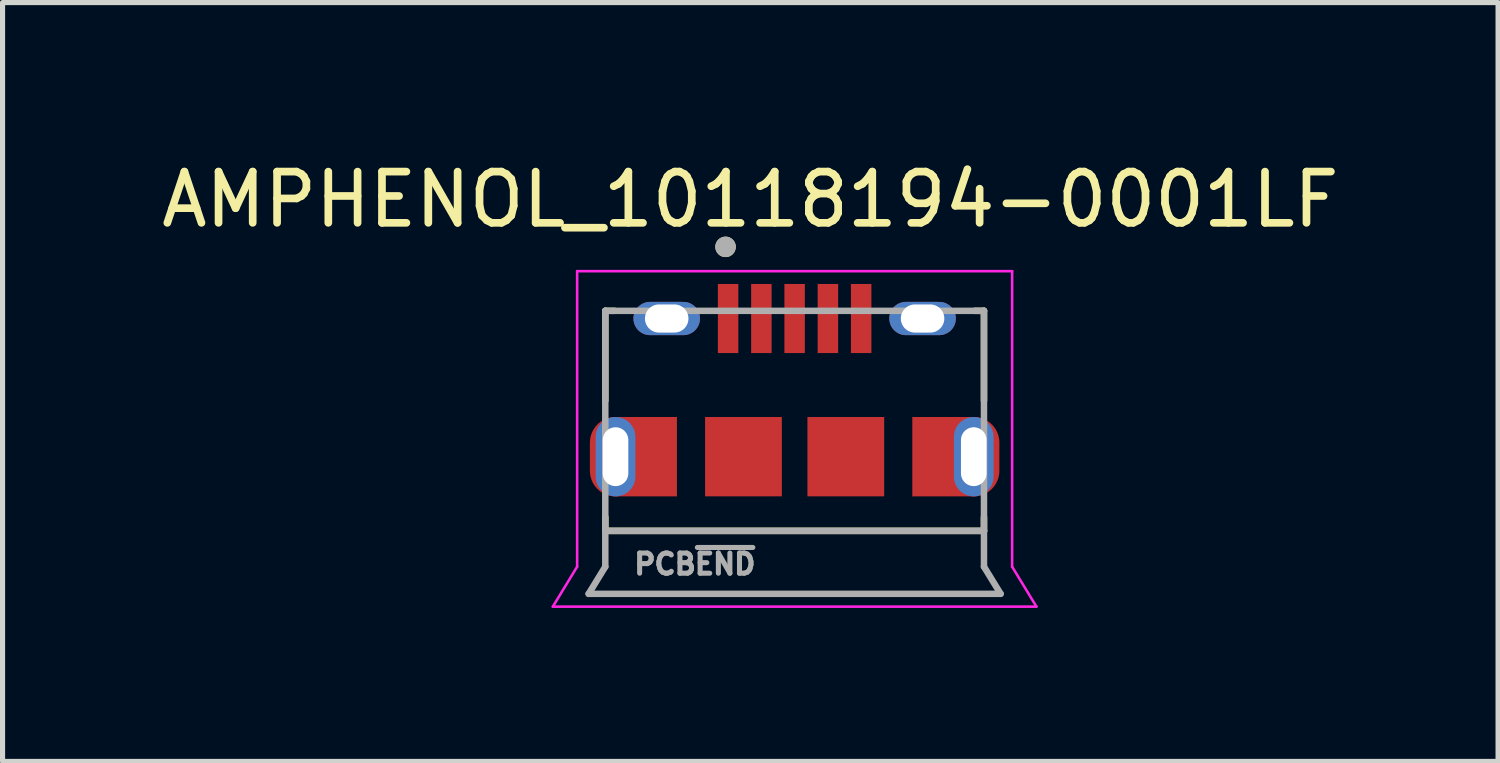
<source format=kicad_pcb>
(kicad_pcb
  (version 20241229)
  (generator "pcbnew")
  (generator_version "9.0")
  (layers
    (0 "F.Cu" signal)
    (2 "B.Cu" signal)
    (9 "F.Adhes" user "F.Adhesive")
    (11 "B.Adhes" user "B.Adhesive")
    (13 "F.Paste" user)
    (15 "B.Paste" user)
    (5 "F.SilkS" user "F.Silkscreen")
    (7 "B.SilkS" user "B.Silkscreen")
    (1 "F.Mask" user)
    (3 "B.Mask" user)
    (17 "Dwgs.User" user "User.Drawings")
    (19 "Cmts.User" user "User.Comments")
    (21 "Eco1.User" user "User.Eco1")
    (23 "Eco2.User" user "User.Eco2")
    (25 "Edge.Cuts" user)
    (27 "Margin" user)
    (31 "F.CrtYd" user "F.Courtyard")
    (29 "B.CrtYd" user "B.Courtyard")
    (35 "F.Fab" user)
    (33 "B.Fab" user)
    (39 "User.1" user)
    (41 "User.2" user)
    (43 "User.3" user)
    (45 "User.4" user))
  (footprint "AMPHENOL_10118194-0001LF"
    (layer "F.Cu")
    (at 12.478 5.874)
    (property "Reference" "AMPHENOL_10118194-0001LF" (at -0.866 -5.025 0) (layer "F.SilkS") (effects (font (size 1.001 1.001) (thickness 0.15))))
    (attr smd)
    (fp_poly (pts (xy -2.3 -0.78) (xy -2.3 0.775) (xy -3.498 0.775) (xy -3.498 0.575) (xy -3.486 0.575) (xy -3.473 0.574) (xy -3.46 0.572) (xy -3.447 0.57) (xy -3.434 0.567) (xy -3.422 0.563) (xy -3.41 0.558) (xy -3.398 0.553) (xy -3.386 0.548) (xy -3.374 0.542) (xy -3.363 0.535) (xy -3.353 0.527) (xy -3.342 0.52) (xy -3.332 0.511) (xy -3.323 0.502) (xy -3.314 0.493) (xy -3.305 0.483) (xy -3.298 0.472) (xy -3.29 0.462) (xy -3.283 0.451) (xy -3.277 0.439) (xy -3.272 0.427) (xy -3.267 0.415) (xy -3.262 0.403) (xy -3.258 0.391) (xy -3.255 0.378) (xy -3.253 0.365) (xy -3.251 0.352) (xy -3.25 0.339) (xy -3.25 0.325) (xy -3.25 0.315) (xy -3.25 -0.315) (xy -3.25 -0.325) (xy -3.25 -0.338) (xy -3.251 -0.351) (xy -3.253 -0.364) (xy -3.255 -0.377) (xy -3.259 -0.39) (xy -3.262 -0.402) (xy -3.267 -0.415) (xy -3.272 -0.427) (xy -3.277 -0.438) (xy -3.283 -0.45) (xy -3.29 -0.461) (xy -3.298 -0.472) (xy -3.306 -0.482) (xy -3.314 -0.492) (xy -3.323 -0.502) (xy -3.333 -0.511) (xy -3.343 -0.519) (xy -3.353 -0.527) (xy -3.364 -0.535) (xy -3.375 -0.542) (xy -3.387 -0.548) (xy -3.398 -0.553) (xy -3.41 -0.558) (xy -3.423 -0.563) (xy -3.435 -0.566) (xy -3.448 -0.57) (xy -3.461 -0.572) (xy -3.474 -0.574) (xy -3.487 -0.575) (xy -3.5 -0.575) (xy -3.513 -0.575) (xy -3.526 -0.574) (xy -3.539 -0.572) (xy -3.552 -0.57) (xy -3.565 -0.566) (xy -3.577 -0.563) (xy -3.59 -0.558) (xy -3.602 -0.553) (xy -3.613 -0.548) (xy -3.625 -0.542) (xy -3.636 -0.535) (xy -3.647 -0.527) (xy -3.657 -0.519) (xy -3.667 -0.511) (xy -3.677 -0.502) (xy -3.686 -0.492) (xy -3.694 -0.482) (xy -3.702 -0.472) (xy -3.71 -0.461) (xy -3.717 -0.45) (xy -3.723 -0.438) (xy -3.728 -0.427) (xy -3.733 -0.415) (xy -3.738 -0.402) (xy -3.741 -0.39) (xy -3.745 -0.377) (xy -3.747 -0.364) (xy -3.749 -0.351) (xy -3.75 -0.338) (xy -3.75 -0.325) (xy -3.75 0.325) (xy -3.75 0.339) (xy -3.749 0.352) (xy -3.747 0.365) (xy -3.745 0.378) (xy -3.742 0.391) (xy -3.738 0.403) (xy -3.733 0.415) (xy -3.728 0.427) (xy -3.723 0.439) (xy -3.717 0.451) (xy -3.71 0.462) (xy -3.702 0.472) (xy -3.695 0.483) (xy -3.686 0.493) (xy -3.677 0.502) (xy -3.668 0.511) (xy -3.658 0.52) (xy -3.647 0.527) (xy -3.637 0.535) (xy -3.626 0.542) (xy -3.614 0.548) (xy -3.602 0.553) (xy -3.59 0.558) (xy -3.578 0.563) (xy -3.566 0.567) (xy -3.553 0.57) (xy -3.54 0.572) (xy -3.527 0.574) (xy -3.514 0.575) (xy -3.502 0.575) (xy -3.502 0.775) (xy -3.527 0.774) (xy -3.553 0.772) (xy -3.579 0.769) (xy -3.605 0.764) (xy -3.63 0.758) (xy -3.655 0.751) (xy -3.68 0.742) (xy -3.704 0.732) (xy -3.728 0.721) (xy -3.751 0.708) (xy -3.773 0.695) (xy -3.794 0.68) (xy -3.815 0.664) (xy -3.835 0.647) (xy -3.854 0.629) (xy -3.872 0.61) (xy -3.889 0.59) (xy -3.905 0.569) (xy -3.92 0.548) (xy -3.933 0.526) (xy -3.946 0.503) (xy -3.957 0.479) (xy -3.967 0.455) (xy -3.976 0.43) (xy -3.983 0.405) (xy -3.989 0.38) (xy -3.994 0.354) (xy -3.997 0.328) (xy -3.999 0.302) (xy -4 0.275) (xy -4 -0.275) (xy -3.999 -0.301) (xy -3.997 -0.327) (xy -3.994 -0.353) (xy -3.989 -0.379) (xy -3.983 -0.404) (xy -3.976 -0.43) (xy -3.967 -0.454) (xy -3.957 -0.478) (xy -3.946 -0.502) (xy -3.933 -0.525) (xy -3.919 -0.547) (xy -3.905 -0.569) (xy -3.889 -0.59) (xy -3.872 -0.61) (xy -3.854 -0.629) (xy -3.835 -0.647) (xy -3.815 -0.664) (xy -3.794 -0.68) (xy -3.772 -0.694) (xy -3.75 -0.708) (xy -3.727 -0.721) (xy -3.703 -0.732) (xy -3.679 -0.742) (xy -3.655 -0.751) (xy -3.629 -0.758) (xy -3.604 -0.764) (xy -3.578 -0.769) (xy -3.552 -0.772) (xy -3.526 -0.774) (xy -3.5 -0.775) (xy -2.305 -0.775) (xy -2.305 -0.78) (xy -2.3 -0.78)) (stroke (width 0.001) (type solid)) (fill yes) (layer "F.Cu"))
    (fp_poly (pts (xy 2.3 0.78) (xy 2.3 -0.775) (xy 3.498 -0.775) (xy 3.498 -0.575) (xy 3.486 -0.575) (xy 3.473 -0.574) (xy 3.46 -0.572) (xy 3.447 -0.57) (xy 3.434 -0.567) (xy 3.422 -0.563) (xy 3.41 -0.558) (xy 3.398 -0.553) (xy 3.386 -0.548) (xy 3.374 -0.542) (xy 3.363 -0.535) (xy 3.353 -0.527) (xy 3.342 -0.52) (xy 3.332 -0.511) (xy 3.323 -0.502) (xy 3.314 -0.493) (xy 3.305 -0.483) (xy 3.298 -0.472) (xy 3.29 -0.462) (xy 3.283 -0.451) (xy 3.277 -0.439) (xy 3.272 -0.427) (xy 3.267 -0.415) (xy 3.262 -0.403) (xy 3.258 -0.391) (xy 3.255 -0.378) (xy 3.253 -0.365) (xy 3.251 -0.352) (xy 3.25 -0.339) (xy 3.25 -0.325) (xy 3.25 -0.315) (xy 3.25 0.315) (xy 3.25 0.325) (xy 3.25 0.338) (xy 3.251 0.351) (xy 3.253 0.364) (xy 3.255 0.377) (xy 3.259 0.39) (xy 3.262 0.402) (xy 3.267 0.415) (xy 3.272 0.427) (xy 3.277 0.438) (xy 3.283 0.45) (xy 3.29 0.461) (xy 3.298 0.472) (xy 3.306 0.482) (xy 3.314 0.492) (xy 3.323 0.502) (xy 3.333 0.511) (xy 3.343 0.519) (xy 3.353 0.527) (xy 3.364 0.535) (xy 3.375 0.542) (xy 3.387 0.548) (xy 3.398 0.553) (xy 3.41 0.558) (xy 3.423 0.563) (xy 3.435 0.566) (xy 3.448 0.57) (xy 3.461 0.572) (xy 3.474 0.574) (xy 3.487 0.575) (xy 3.5 0.575) (xy 3.513 0.575) (xy 3.526 0.574) (xy 3.539 0.572) (xy 3.552 0.57) (xy 3.565 0.566) (xy 3.577 0.563) (xy 3.59 0.558) (xy 3.602 0.553) (xy 3.613 0.548) (xy 3.625 0.542) (xy 3.636 0.535) (xy 3.647 0.527) (xy 3.657 0.519) (xy 3.667 0.511) (xy 3.677 0.502) (xy 3.686 0.492) (xy 3.694 0.482) (xy 3.702 0.472) (xy 3.71 0.461) (xy 3.717 0.45) (xy 3.723 0.438) (xy 3.728 0.427) (xy 3.733 0.415) (xy 3.738 0.402) (xy 3.741 0.39) (xy 3.745 0.377) (xy 3.747 0.364) (xy 3.749 0.351) (xy 3.75 0.338) (xy 3.75 0.325) (xy 3.75 -0.325) (xy 3.75 -0.339) (xy 3.749 -0.352) (xy 3.747 -0.365) (xy 3.745 -0.378) (xy 3.742 -0.391) (xy 3.738 -0.403) (xy 3.733 -0.415) (xy 3.728 -0.427) (xy 3.723 -0.439) (xy 3.717 -0.451) (xy 3.71 -0.462) (xy 3.702 -0.472) (xy 3.695 -0.483) (xy 3.686 -0.493) (xy 3.677 -0.502) (xy 3.668 -0.511) (xy 3.658 -0.52) (xy 3.647 -0.527) (xy 3.637 -0.535) (xy 3.626 -0.542) (xy 3.614 -0.548) (xy 3.602 -0.553) (xy 3.59 -0.558) (xy 3.578 -0.563) (xy 3.566 -0.567) (xy 3.553 -0.57) (xy 3.54 -0.572) (xy 3.527 -0.574) (xy 3.514 -0.575) (xy 3.502 -0.575) (xy 3.502 -0.775) (xy 3.527 -0.774) (xy 3.553 -0.772) (xy 3.579 -0.769) (xy 3.605 -0.764) (xy 3.63 -0.758) (xy 3.655 -0.751) (xy 3.68 -0.742) (xy 3.704 -0.732) (xy 3.728 -0.721) (xy 3.751 -0.708) (xy 3.773 -0.695) (xy 3.794 -0.68) (xy 3.815 -0.664) (xy 3.835 -0.647) (xy 3.854 -0.629) (xy 3.872 -0.61) (xy 3.889 -0.59) (xy 3.905 -0.569) (xy 3.92 -0.548) (xy 3.933 -0.526) (xy 3.946 -0.503) (xy 3.957 -0.479) (xy 3.967 -0.455) (xy 3.976 -0.43) (xy 3.983 -0.405) (xy 3.989 -0.38) (xy 3.994 -0.354) (xy 3.997 -0.328) (xy 3.999 -0.302) (xy 4 -0.275) (xy 4 0.275) (xy 3.999 0.301) (xy 3.997 0.327) (xy 3.994 0.353) (xy 3.989 0.379) (xy 3.983 0.404) (xy 3.976 0.43) (xy 3.967 0.454) (xy 3.957 0.478) (xy 3.946 0.502) (xy 3.933 0.525) (xy 3.919 0.547) (xy 3.905 0.569) (xy 3.889 0.59) (xy 3.872 0.61) (xy 3.854 0.629) (xy 3.835 0.647) (xy 3.815 0.664) (xy 3.794 0.68) (xy 3.772 0.694) (xy 3.75 0.708) (xy 3.727 0.721) (xy 3.703 0.732) (xy 3.679 0.742) (xy 3.655 0.751) (xy 3.629 0.758) (xy 3.604 0.764) (xy 3.578 0.769) (xy 3.552 0.772) (xy 3.526 0.774) (xy 3.5 0.775) (xy 2.305 0.775) (xy 2.305 0.78) (xy 2.3 0.78)) (stroke (width 0.001) (type solid)) (fill yes) (layer "F.Cu"))
    (fp_poly (pts (xy -3.6 -0.875) (xy -2.2 -0.875) (xy -2.2 0.875) (xy -3.6 0.875) (xy -3.626 0.874) (xy -3.652 0.872) (xy -3.678 0.869) (xy -3.704 0.864) (xy -3.729 0.858) (xy -3.755 0.851) (xy -3.779 0.842) (xy -3.803 0.832) (xy -3.827 0.821) (xy -3.85 0.808) (xy -3.872 0.794) (xy -3.894 0.78) (xy -3.915 0.764) (xy -3.935 0.747) (xy -3.954 0.729) (xy -3.972 0.71) (xy -3.989 0.69) (xy -4.005 0.669) (xy -4.019 0.647) (xy -4.033 0.625) (xy -4.046 0.602) (xy -4.057 0.578) (xy -4.067 0.554) (xy -4.076 0.53) (xy -4.083 0.504) (xy -4.089 0.479) (xy -4.094 0.453) (xy -4.097 0.427) (xy -4.099 0.401) (xy -4.1 0.375) (xy -4.1 -0.375) (xy -4.099 -0.401) (xy -4.097 -0.427) (xy -4.094 -0.453) (xy -4.089 -0.479) (xy -4.083 -0.504) (xy -4.076 -0.53) (xy -4.067 -0.554) (xy -4.057 -0.578) (xy -4.046 -0.602) (xy -4.033 -0.625) (xy -4.019 -0.647) (xy -4.005 -0.669) (xy -3.989 -0.69) (xy -3.972 -0.71) (xy -3.954 -0.729) (xy -3.935 -0.747) (xy -3.915 -0.764) (xy -3.894 -0.78) (xy -3.872 -0.794) (xy -3.85 -0.808) (xy -3.827 -0.821) (xy -3.803 -0.832) (xy -3.779 -0.842) (xy -3.755 -0.851) (xy -3.729 -0.858) (xy -3.704 -0.864) (xy -3.678 -0.869) (xy -3.652 -0.872) (xy -3.626 -0.874) (xy -3.6 -0.875)) (stroke (width 0.0001) (type solid)) (fill yes) (layer "F.Mask"))
    (fp_poly (pts (xy 3.6 0.875) (xy 2.2 0.875) (xy 2.2 -0.875) (xy 3.6 -0.875) (xy 3.626 -0.874) (xy 3.652 -0.872) (xy 3.678 -0.869) (xy 3.704 -0.864) (xy 3.729 -0.858) (xy 3.755 -0.851) (xy 3.779 -0.842) (xy 3.803 -0.832) (xy 3.827 -0.821) (xy 3.85 -0.808) (xy 3.872 -0.794) (xy 3.894 -0.78) (xy 3.915 -0.764) (xy 3.935 -0.747) (xy 3.954 -0.729) (xy 3.972 -0.71) (xy 3.989 -0.69) (xy 4.005 -0.669) (xy 4.019 -0.647) (xy 4.033 -0.625) (xy 4.046 -0.602) (xy 4.057 -0.578) (xy 4.067 -0.554) (xy 4.076 -0.53) (xy 4.083 -0.504) (xy 4.089 -0.479) (xy 4.094 -0.453) (xy 4.097 -0.427) (xy 4.099 -0.401) (xy 4.1 -0.375) (xy 4.1 0.375) (xy 4.099 0.401) (xy 4.097 0.427) (xy 4.094 0.453) (xy 4.089 0.479) (xy 4.083 0.504) (xy 4.076 0.53) (xy 4.067 0.554) (xy 4.057 0.578) (xy 4.046 0.602) (xy 4.033 0.625) (xy 4.019 0.647) (xy 4.005 0.669) (xy 3.989 0.69) (xy 3.972 0.71) (xy 3.954 0.729) (xy 3.935 0.747) (xy 3.915 0.764) (xy 3.894 0.78) (xy 3.872 0.794) (xy 3.85 0.808) (xy 3.827 0.821) (xy 3.803 0.832) (xy 3.779 0.842) (xy 3.755 0.851) (xy 3.729 0.858) (xy 3.704 0.864) (xy 3.678 0.869) (xy 3.652 0.872) (xy 3.626 0.874) (xy 3.6 0.875)) (stroke (width 0.0001) (type solid)) (fill yes) (layer "F.Mask"))
    (fp_line (start -3.7 -2.85) (end -3.7 -1.095) (stroke (width 0.127) (type solid)) (layer "F.SilkS"))
    (fp_line (start -3.7 -2.85) (end -3.52 -2.85) (stroke (width 0.127) (type solid)) (layer "F.SilkS"))
    (fp_line (start -3.7 1.45) (end -3.7 1.18) (stroke (width 0.127) (type solid)) (layer "F.SilkS"))
    (fp_line (start -3.7 1.45) (end 3.7 1.45) (stroke (width 0.127) (type solid)) (layer "F.SilkS"))
    (fp_line (start 3.7 -2.85) (end 3.52 -2.85) (stroke (width 0.127) (type solid)) (layer "F.SilkS"))
    (fp_line (start 3.7 -2.85) (end 3.7 -1.095) (stroke (width 0.127) (type solid)) (layer "F.SilkS"))
    (fp_line (start 3.7 1.18) (end 3.7 1.45) (stroke (width 0.127) (type solid)) (layer "F.SilkS"))
    (fp_circle (center -1.35 -4.1) (end -1.25 -4.1) (stroke (width 0.2) (type solid)) (fill no) (layer "F.SilkS"))
    (fp_line (start -3.5 -0.77) (end -3.5 -0.6) (stroke (width 0.0001) (type solid)) (layer "F.Paste"))
    (fp_line (start 3.5 0.77) (end 3.5 0.6) (stroke (width 0.0001) (type solid)) (layer "F.Paste"))
    (fp_poly (pts (xy -3.5 -0.775) (xy -3.5 -0.575) (xy -3.487 -0.575) (xy -3.474 -0.574) (xy -3.461 -0.572) (xy -3.448 -0.57) (xy -3.435 -0.566) (xy -3.423 -0.563) (xy -3.41 -0.558) (xy -3.398 -0.553) (xy -3.387 -0.548) (xy -3.375 -0.542) (xy -3.364 -0.535) (xy -3.353 -0.527) (xy -3.343 -0.519) (xy -3.333 -0.511) (xy -3.323 -0.502) (xy -3.314 -0.492) (xy -3.306 -0.482) (xy -3.298 -0.472) (xy -3.29 -0.461) (xy -3.283 -0.45) (xy -3.277 -0.438) (xy -3.272 -0.427) (xy -3.267 -0.415) (xy -3.262 -0.402) (xy -3.259 -0.39) (xy -3.255 -0.377) (xy -3.253 -0.364) (xy -3.251 -0.351) (xy -3.25 -0.338) (xy -3.25 -0.325) (xy -3.25 0.325) (xy -3.25 0.338) (xy -3.251 0.351) (xy -3.253 0.364) (xy -3.255 0.377) (xy -3.259 0.39) (xy -3.262 0.402) (xy -3.267 0.415) (xy -3.272 0.427) (xy -3.277 0.438) (xy -3.283 0.45) (xy -3.29 0.461) (xy -3.298 0.472) (xy -3.306 0.482) (xy -3.314 0.492) (xy -3.323 0.502) (xy -3.333 0.511) (xy -3.343 0.519) (xy -3.353 0.527) (xy -3.364 0.535) (xy -3.375 0.542) (xy -3.387 0.548) (xy -3.398 0.553) (xy -3.41 0.558) (xy -3.423 0.563) (xy -3.435 0.566) (xy -3.448 0.57) (xy -3.461 0.572) (xy -3.474 0.574) (xy -3.487 0.575) (xy -3.5 0.575) (xy -3.5 0.775) (xy -2.3 0.775) (xy -2.3 -0.775) (xy -3.5 -0.775)) (stroke (width 0.0001) (type solid)) (fill yes) (layer "F.Paste"))
    (fp_poly (pts (xy 3.5 0.775) (xy 3.5 0.575) (xy 3.487 0.575) (xy 3.474 0.574) (xy 3.461 0.572) (xy 3.448 0.57) (xy 3.435 0.566) (xy 3.423 0.563) (xy 3.41 0.558) (xy 3.398 0.553) (xy 3.387 0.548) (xy 3.375 0.542) (xy 3.364 0.535) (xy 3.353 0.527) (xy 3.343 0.519) (xy 3.333 0.511) (xy 3.323 0.502) (xy 3.314 0.492) (xy 3.306 0.482) (xy 3.298 0.472) (xy 3.29 0.461) (xy 3.283 0.45) (xy 3.277 0.438) (xy 3.272 0.427) (xy 3.267 0.415) (xy 3.262 0.402) (xy 3.259 0.39) (xy 3.255 0.377) (xy 3.253 0.364) (xy 3.251 0.351) (xy 3.25 0.338) (xy 3.25 0.325) (xy 3.25 -0.325) (xy 3.25 -0.338) (xy 3.251 -0.351) (xy 3.253 -0.364) (xy 3.255 -0.377) (xy 3.259 -0.39) (xy 3.262 -0.402) (xy 3.267 -0.415) (xy 3.272 -0.427) (xy 3.277 -0.438) (xy 3.283 -0.45) (xy 3.29 -0.461) (xy 3.298 -0.472) (xy 3.306 -0.482) (xy 3.314 -0.492) (xy 3.323 -0.502) (xy 3.333 -0.511) (xy 3.343 -0.519) (xy 3.353 -0.527) (xy 3.364 -0.535) (xy 3.375 -0.542) (xy 3.387 -0.548) (xy 3.398 -0.553) (xy 3.41 -0.558) (xy 3.423 -0.563) (xy 3.435 -0.566) (xy 3.448 -0.57) (xy 3.461 -0.572) (xy 3.474 -0.574) (xy 3.487 -0.575) (xy 3.5 -0.575) (xy 3.5 -0.775) (xy 2.3 -0.775) (xy 2.3 0.775) (xy 3.5 0.775)) (stroke (width 0.0001) (type solid)) (fill yes) (layer "F.Paste"))
    (fp_poly (pts (xy -3.5 -0.775) (xy -3.5 -0.575) (xy -3.513 -0.575) (xy -3.526 -0.574) (xy -3.539 -0.572) (xy -3.552 -0.57) (xy -3.565 -0.566) (xy -3.577 -0.563) (xy -3.59 -0.558) (xy -3.602 -0.553) (xy -3.613 -0.548) (xy -3.625 -0.542) (xy -3.636 -0.535) (xy -3.647 -0.527) (xy -3.657 -0.519) (xy -3.667 -0.511) (xy -3.677 -0.502) (xy -3.686 -0.492) (xy -3.694 -0.482) (xy -3.702 -0.472) (xy -3.71 -0.461) (xy -3.717 -0.45) (xy -3.723 -0.438) (xy -3.728 -0.427) (xy -3.733 -0.415) (xy -3.738 -0.402) (xy -3.741 -0.39) (xy -3.745 -0.377) (xy -3.747 -0.364) (xy -3.749 -0.351) (xy -3.75 -0.338) (xy -3.75 -0.325) (xy -3.75 0.325) (xy -3.75 0.338) (xy -3.749 0.351) (xy -3.747 0.364) (xy -3.745 0.377) (xy -3.741 0.39) (xy -3.738 0.402) (xy -3.733 0.415) (xy -3.728 0.427) (xy -3.723 0.438) (xy -3.717 0.45) (xy -3.71 0.461) (xy -3.702 0.472) (xy -3.694 0.482) (xy -3.686 0.492) (xy -3.677 0.502) (xy -3.667 0.511) (xy -3.657 0.519) (xy -3.647 0.527) (xy -3.636 0.535) (xy -3.625 0.542) (xy -3.613 0.548) (xy -3.602 0.553) (xy -3.59 0.558) (xy -3.577 0.563) (xy -3.565 0.566) (xy -3.552 0.57) (xy -3.539 0.572) (xy -3.526 0.574) (xy -3.513 0.575) (xy -3.5 0.575) (xy -3.5 0.775) (xy -3.526 0.774) (xy -3.552 0.772) (xy -3.578 0.769) (xy -3.604 0.764) (xy -3.629 0.758) (xy -3.655 0.751) (xy -3.679 0.742) (xy -3.703 0.732) (xy -3.727 0.721) (xy -3.75 0.708) (xy -3.772 0.694) (xy -3.794 0.68) (xy -3.815 0.664) (xy -3.835 0.647) (xy -3.854 0.629) (xy -3.872 0.61) (xy -3.889 0.59) (xy -3.905 0.569) (xy -3.919 0.547) (xy -3.933 0.525) (xy -3.946 0.502) (xy -3.957 0.478) (xy -3.967 0.454) (xy -3.976 0.43) (xy -3.983 0.404) (xy -3.989 0.379) (xy -3.994 0.353) (xy -3.997 0.327) (xy -3.999 0.301) (xy -4 0.275) (xy -4 -0.275) (xy -3.999 -0.301) (xy -3.997 -0.327) (xy -3.994 -0.353) (xy -3.989 -0.379) (xy -3.983 -0.404) (xy -3.976 -0.43) (xy -3.967 -0.454) (xy -3.957 -0.478) (xy -3.946 -0.502) (xy -3.933 -0.525) (xy -3.919 -0.547) (xy -3.905 -0.569) (xy -3.889 -0.59) (xy -3.872 -0.61) (xy -3.854 -0.629) (xy -3.835 -0.647) (xy -3.815 -0.664) (xy -3.794 -0.68) (xy -3.772 -0.694) (xy -3.75 -0.708) (xy -3.727 -0.721) (xy -3.703 -0.732) (xy -3.679 -0.742) (xy -3.655 -0.751) (xy -3.629 -0.758) (xy -3.604 -0.764) (xy -3.578 -0.769) (xy -3.552 -0.772) (xy -3.526 -0.774) (xy -3.5 -0.775)) (stroke (width 0.0001) (type solid)) (fill yes) (layer "F.Paste"))
    (fp_poly (pts (xy 3.5 0.775) (xy 3.5 0.575) (xy 3.513 0.575) (xy 3.526 0.574) (xy 3.539 0.572) (xy 3.552 0.57) (xy 3.565 0.566) (xy 3.577 0.563) (xy 3.59 0.558) (xy 3.602 0.553) (xy 3.613 0.548) (xy 3.625 0.542) (xy 3.636 0.535) (xy 3.647 0.527) (xy 3.657 0.519) (xy 3.667 0.511) (xy 3.677 0.502) (xy 3.686 0.492) (xy 3.694 0.482) (xy 3.702 0.472) (xy 3.71 0.461) (xy 3.717 0.45) (xy 3.723 0.438) (xy 3.728 0.427) (xy 3.733 0.415) (xy 3.738 0.402) (xy 3.741 0.39) (xy 3.745 0.377) (xy 3.747 0.364) (xy 3.749 0.351) (xy 3.75 0.338) (xy 3.75 0.325) (xy 3.75 -0.325) (xy 3.75 -0.338) (xy 3.749 -0.351) (xy 3.747 -0.364) (xy 3.745 -0.377) (xy 3.741 -0.39) (xy 3.738 -0.402) (xy 3.733 -0.415) (xy 3.728 -0.427) (xy 3.723 -0.438) (xy 3.717 -0.45) (xy 3.71 -0.461) (xy 3.702 -0.472) (xy 3.694 -0.482) (xy 3.686 -0.492) (xy 3.677 -0.502) (xy 3.667 -0.511) (xy 3.657 -0.519) (xy 3.647 -0.527) (xy 3.636 -0.535) (xy 3.625 -0.542) (xy 3.613 -0.548) (xy 3.602 -0.553) (xy 3.59 -0.558) (xy 3.577 -0.563) (xy 3.565 -0.566) (xy 3.552 -0.57) (xy 3.539 -0.572) (xy 3.526 -0.574) (xy 3.513 -0.575) (xy 3.5 -0.575) (xy 3.5 -0.775) (xy 3.526 -0.774) (xy 3.552 -0.772) (xy 3.578 -0.769) (xy 3.604 -0.764) (xy 3.629 -0.758) (xy 3.655 -0.751) (xy 3.679 -0.742) (xy 3.703 -0.732) (xy 3.727 -0.721) (xy 3.75 -0.708) (xy 3.772 -0.694) (xy 3.794 -0.68) (xy 3.815 -0.664) (xy 3.835 -0.647) (xy 3.854 -0.629) (xy 3.872 -0.61) (xy 3.889 -0.59) (xy 3.905 -0.569) (xy 3.919 -0.547) (xy 3.933 -0.525) (xy 3.946 -0.502) (xy 3.957 -0.478) (xy 3.967 -0.454) (xy 3.976 -0.43) (xy 3.983 -0.404) (xy 3.989 -0.379) (xy 3.994 -0.353) (xy 3.997 -0.327) (xy 3.999 -0.301) (xy 4 -0.275) (xy 4 0.275) (xy 3.999 0.301) (xy 3.997 0.327) (xy 3.994 0.353) (xy 3.989 0.379) (xy 3.983 0.404) (xy 3.976 0.43) (xy 3.967 0.454) (xy 3.957 0.478) (xy 3.946 0.502) (xy 3.933 0.525) (xy 3.919 0.547) (xy 3.905 0.569) (xy 3.889 0.59) (xy 3.872 0.61) (xy 3.854 0.629) (xy 3.835 0.647) (xy 3.815 0.664) (xy 3.794 0.68) (xy 3.772 0.694) (xy 3.75 0.708) (xy 3.727 0.721) (xy 3.703 0.732) (xy 3.679 0.742) (xy 3.655 0.751) (xy 3.629 0.758) (xy 3.604 0.764) (xy 3.578 0.769) (xy 3.552 0.772) (xy 3.526 0.774) (xy 3.5 0.775)) (stroke (width 0.0001) (type solid)) (fill yes) (layer "F.Paste"))
    (fp_line (start -4.725 2.93) (end -4.25 2.15) (stroke (width 0.05) (type solid)) (layer "F.CrtYd"))
    (fp_line (start -4.25 -3.625) (end 4.25 -3.625) (stroke (width 0.05) (type solid)) (layer "F.CrtYd"))
    (fp_line (start -4.25 2.15) (end -4.25 -3.625) (stroke (width 0.05) (type solid)) (layer "F.CrtYd"))
    (fp_line (start 4.25 2.15) (end 4.25 -3.625) (stroke (width 0.05) (type solid)) (layer "F.CrtYd"))
    (fp_line (start 4.725 2.93) (end -4.725 2.93) (stroke (width 0.05) (type solid)) (layer "F.CrtYd"))
    (fp_line (start 4.725 2.93) (end 4.25 2.15) (stroke (width 0.05) (type solid)) (layer "F.CrtYd"))
    (fp_line (start -4.025 2.68) (end 4.025 2.68) (stroke (width 0.127) (type solid)) (layer "F.Fab"))
    (fp_line (start -3.7 -2.85) (end -3.7 1.45) (stroke (width 0.127) (type solid)) (layer "F.Fab"))
    (fp_line (start -3.7 -2.85) (end 3.7 -2.85) (stroke (width 0.127) (type solid)) (layer "F.Fab"))
    (fp_line (start -3.7 1.45) (end -3.7 2.15) (stroke (width 0.127) (type solid)) (layer "F.Fab"))
    (fp_line (start -3.7 1.45) (end 3.7 1.45) (stroke (width 0.127) (type solid)) (layer "F.Fab"))
    (fp_line (start -3.7 2.15) (end -4.025 2.68) (stroke (width 0.127) (type solid)) (layer "F.Fab"))
    (fp_line (start 3.7 1.45) (end 3.7 -2.85) (stroke (width 0.127) (type solid)) (layer "F.Fab"))
    (fp_line (start 3.7 2.15) (end 3.7 1.45) (stroke (width 0.127) (type solid)) (layer "F.Fab"))
    (fp_line (start 4.025 2.68) (end 3.7 2.15) (stroke (width 0.127) (type solid)) (layer "F.Fab"))
    (fp_circle (center -1.35 -4.1) (end -1.25 -4.1) (stroke (width 0.2) (type solid)) (fill no) (layer "F.Fab"))
    (fp_text user "PCB~{END}" (at -1.95 2.1 0) (layer "F.Fab") (effects (font (size 0.394 0.394) (thickness 0.15))))
    (pad "1" smd rect (at -1.3 -2.7) (size 0.4 1.35) (layers "F.Cu" "F.Mask" "F.Paste"))
    (pad "2" smd rect (at -0.65 -2.7) (size 0.4 1.35) (layers "F.Cu" "F.Mask" "F.Paste"))
    (pad "3" smd rect (at 0 -2.7) (size 0.4 1.35) (layers "F.Cu" "F.Mask" "F.Paste"))
    (pad "4" smd rect (at 0.65 -2.7) (size 0.4 1.35) (layers "F.Cu" "F.Mask" "F.Paste"))
    (pad "5" smd rect (at 1.3 -2.7) (size 0.4 1.35) (layers "F.Cu" "F.Mask" "F.Paste"))
    (pad "S1" thru_hole oval (at -2.5 -2.7) (size 1.3 0.65) (drill oval 0.85 0.55) (layers "*.Cu" "*.Mask"))
    (pad "S2" thru_hole oval (at 2.5 -2.7) (size 1.3 0.65) (drill oval 0.85 0.55) (layers "*.Cu" "*.Mask"))
    (pad "S3" thru_hole oval (at -3.5 0) (size 0.775 1.55) (drill oval 0.5 1.15) (layers "*.Cu" "*.Mask"))
    (pad "S4" smd rect (at -1 0) (size 1.5 1.55) (layers "F.Cu" "F.Mask" "F.Paste"))
    (pad "S5" smd rect (at 1 0) (size 1.5 1.55) (layers "F.Cu" "F.Mask" "F.Paste"))
    (pad "S6" thru_hole oval (at 3.5 0) (size 0.775 1.55) (drill oval 0.5 1.15) (layers "*.Cu" "*.Mask")))
  (gr_rect
    (start -3 -3)
    (end 26.224 11.829)
    (stroke (width 0.1) (type default))
    (fill no)
    (layer "Edge.Cuts")))
</source>
